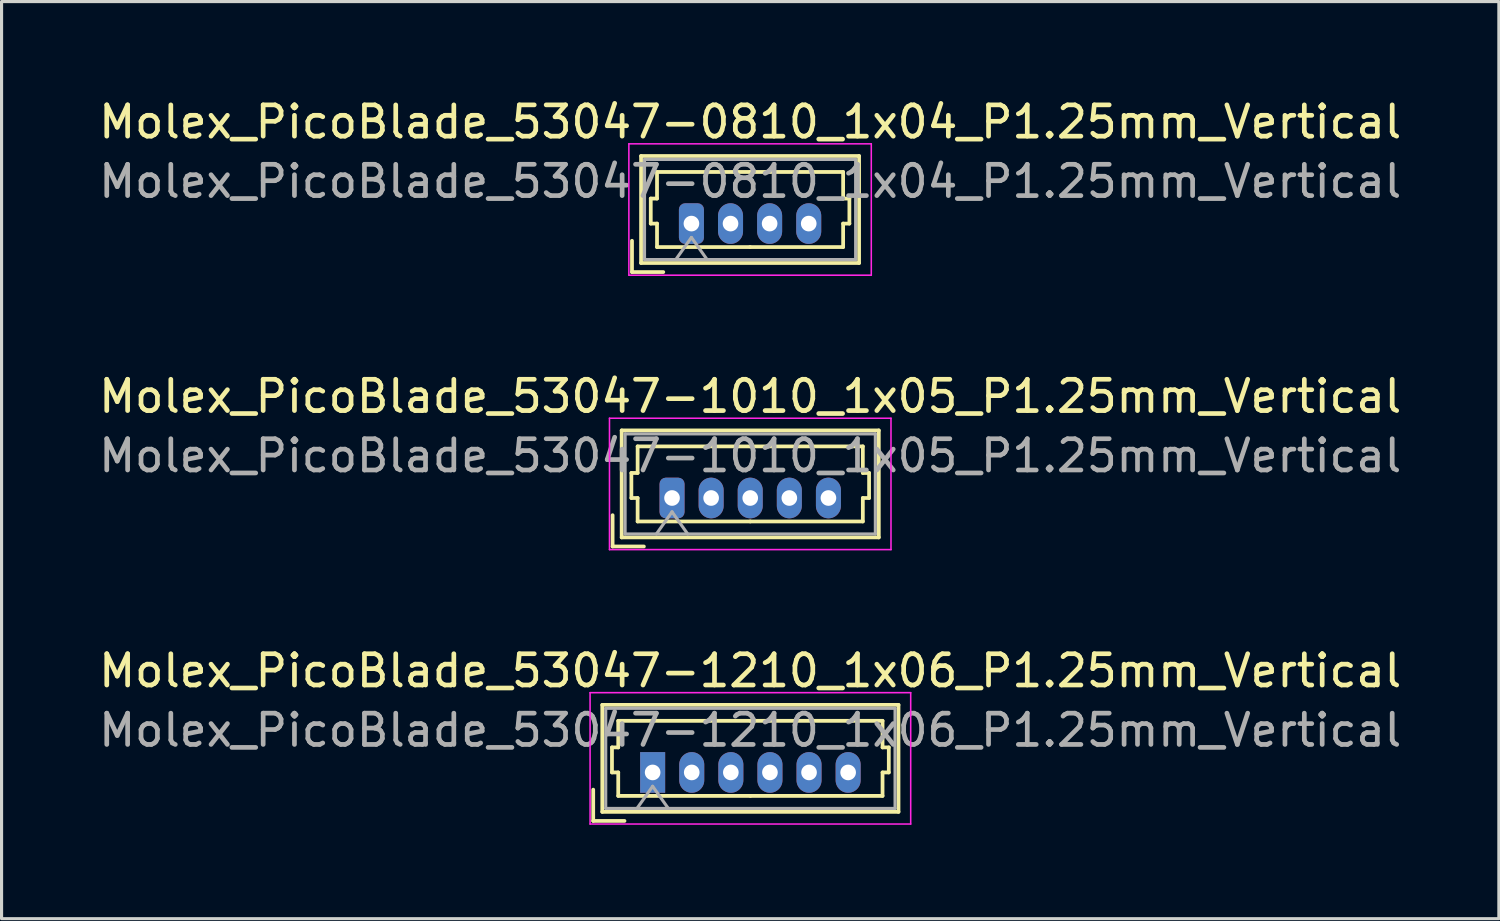
<source format=kicad_pcb>
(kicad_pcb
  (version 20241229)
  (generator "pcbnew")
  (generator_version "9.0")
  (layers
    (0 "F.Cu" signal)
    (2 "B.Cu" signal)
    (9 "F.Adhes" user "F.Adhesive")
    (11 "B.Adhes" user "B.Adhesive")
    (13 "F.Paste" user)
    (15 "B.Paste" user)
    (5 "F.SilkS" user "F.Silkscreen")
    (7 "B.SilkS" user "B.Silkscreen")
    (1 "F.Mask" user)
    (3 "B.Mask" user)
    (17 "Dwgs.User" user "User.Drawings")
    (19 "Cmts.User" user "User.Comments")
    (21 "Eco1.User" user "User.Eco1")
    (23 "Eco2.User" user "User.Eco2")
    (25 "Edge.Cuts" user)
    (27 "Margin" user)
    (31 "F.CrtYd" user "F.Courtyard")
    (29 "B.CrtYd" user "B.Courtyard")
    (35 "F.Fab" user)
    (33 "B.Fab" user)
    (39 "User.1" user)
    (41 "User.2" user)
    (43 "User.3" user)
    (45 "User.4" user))
  (footprint "Molex_PicoBlade_53047-1010_1x05_P1.25mm_Vertical"
    (layer "F.Cu")
    (at 18.435 12.871)
    (property "Reference" "Molex_PicoBlade_53047-1010_1x05_P1.25mm_Vertical" (at 2.5 -3.25 0) (layer "F.SilkS") (effects (font (size 1 1) (thickness 0.15))))
    (attr through_hole)
    (fp_line (start -1.9 1.55) (end -1.9 0.55) (stroke (width 0.12) (type solid)) (layer "F.SilkS"))
    (fp_line (start -1.9 1.55) (end -0.9 1.55) (stroke (width 0.12) (type solid)) (layer "F.SilkS"))
    (fp_line (start -1.61 -2.16) (end -1.61 1.26) (stroke (width 0.12) (type solid)) (layer "F.SilkS"))
    (fp_line (start -1.61 1.26) (end 6.61 1.26) (stroke (width 0.12) (type solid)) (layer "F.SilkS"))
    (fp_line (start -1.3 -0.8) (end -1.1 -0.8) (stroke (width 0.12) (type solid)) (layer "F.SilkS"))
    (fp_line (start -1.3 0) (end -1.3 -0.8) (stroke (width 0.12) (type solid)) (layer "F.SilkS"))
    (fp_line (start -1.1 -1.65) (end 2.5 -1.65) (stroke (width 0.12) (type solid)) (layer "F.SilkS"))
    (fp_line (start -1.1 -0.8) (end -1.1 -1.65) (stroke (width 0.12) (type solid)) (layer "F.SilkS"))
    (fp_line (start -1.1 0) (end -1.3 0) (stroke (width 0.12) (type solid)) (layer "F.SilkS"))
    (fp_line (start -1.1 0.75) (end -1.1 0) (stroke (width 0.12) (type solid)) (layer "F.SilkS"))
    (fp_line (start 2.5 0.75) (end -1.1 0.75) (stroke (width 0.12) (type solid)) (layer "F.SilkS"))
    (fp_line (start 2.5 0.75) (end 6.1 0.75) (stroke (width 0.12) (type solid)) (layer "F.SilkS"))
    (fp_line (start 6.1 -1.65) (end 2.5 -1.65) (stroke (width 0.12) (type solid)) (layer "F.SilkS"))
    (fp_line (start 6.1 -0.8) (end 6.1 -1.65) (stroke (width 0.12) (type solid)) (layer "F.SilkS"))
    (fp_line (start 6.1 0) (end 6.3 0) (stroke (width 0.12) (type solid)) (layer "F.SilkS"))
    (fp_line (start 6.1 0.75) (end 6.1 0) (stroke (width 0.12) (type solid)) (layer "F.SilkS"))
    (fp_line (start 6.3 -0.8) (end 6.1 -0.8) (stroke (width 0.12) (type solid)) (layer "F.SilkS"))
    (fp_line (start 6.3 0) (end 6.3 -0.8) (stroke (width 0.12) (type solid)) (layer "F.SilkS"))
    (fp_line (start 6.61 -2.16) (end -1.61 -2.16) (stroke (width 0.12) (type solid)) (layer "F.SilkS"))
    (fp_line (start 6.61 1.26) (end 6.61 -2.16) (stroke (width 0.12) (type solid)) (layer "F.SilkS"))
    (fp_line (start -2 -2.55) (end -2 1.65) (stroke (width 0.05) (type solid)) (layer "F.CrtYd"))
    (fp_line (start -2 1.65) (end 7 1.65) (stroke (width 0.05) (type solid)) (layer "F.CrtYd"))
    (fp_line (start 7 -2.55) (end -2 -2.55) (stroke (width 0.05) (type solid)) (layer "F.CrtYd"))
    (fp_line (start 7 1.65) (end 7 -2.55) (stroke (width 0.05) (type solid)) (layer "F.CrtYd"))
    (fp_line (start -1.5 -2.05) (end -1.5 1.15) (stroke (width 0.1) (type solid)) (layer "F.Fab"))
    (fp_line (start -1.5 1.15) (end 6.5 1.15) (stroke (width 0.1) (type solid)) (layer "F.Fab"))
    (fp_line (start -0.5 1.15) (end 0 0.443) (stroke (width 0.1) (type solid)) (layer "F.Fab"))
    (fp_line (start 0 0.443) (end 0.5 1.15) (stroke (width 0.1) (type solid)) (layer "F.Fab"))
    (fp_line (start 6.5 -2.05) (end -1.5 -2.05) (stroke (width 0.1) (type solid)) (layer "F.Fab"))
    (fp_line (start 6.5 1.15) (end 6.5 -2.05) (stroke (width 0.1) (type solid)) (layer "F.Fab"))
    (fp_text user "${REFERENCE}" (at 2.5 -1.35 0) (layer "F.Fab") (effects (font (size 1 1) (thickness 0.15))))
    (pad "1" thru_hole roundrect (at 0 0) (size 0.8 1.3) (drill 0.5) (layers "*.Cu" "*.Mask") (roundrect_rratio 0.25))
    (pad "2" thru_hole oval (at 1.25 0) (size 0.8 1.3) (drill 0.5) (layers "*.Cu" "*.Mask"))
    (pad "3" thru_hole oval (at 2.5 0) (size 0.8 1.3) (drill 0.5) (layers "*.Cu" "*.Mask"))
    (pad "4" thru_hole oval (at 3.75 0) (size 0.8 1.3) (drill 0.5) (layers "*.Cu" "*.Mask"))
    (pad "5" thru_hole oval (at 5 0) (size 0.8 1.3) (drill 0.5) (layers "*.Cu" "*.Mask")))
  (footprint "Molex_PicoBlade_53047-1210_1x06_P1.25mm_Vertical"
    (layer "F.Cu")
    (at 17.815 21.645)
    (property "Reference" "Molex_PicoBlade_53047-1210_1x06_P1.25mm_Vertical" (at 3.12 -3.25 0) (layer "F.SilkS") (effects (font (size 1 1) (thickness 0.15))))
    (attr through_hole)
    (fp_line (start -1.9 1.55) (end -1.9 0.55) (stroke (width 0.12) (type solid)) (layer "F.SilkS"))
    (fp_line (start -1.9 1.55) (end -0.9 1.55) (stroke (width 0.12) (type solid)) (layer "F.SilkS"))
    (fp_line (start -1.61 -2.16) (end -1.61 1.26) (stroke (width 0.12) (type solid)) (layer "F.SilkS"))
    (fp_line (start -1.61 1.26) (end 7.86 1.26) (stroke (width 0.12) (type solid)) (layer "F.SilkS"))
    (fp_line (start -1.3 -0.8) (end -1.1 -0.8) (stroke (width 0.12) (type solid)) (layer "F.SilkS"))
    (fp_line (start -1.3 0) (end -1.3 -0.8) (stroke (width 0.12) (type solid)) (layer "F.SilkS"))
    (fp_line (start -1.1 -1.65) (end 3.125 -1.65) (stroke (width 0.12) (type solid)) (layer "F.SilkS"))
    (fp_line (start -1.1 -0.8) (end -1.1 -1.65) (stroke (width 0.12) (type solid)) (layer "F.SilkS"))
    (fp_line (start -1.1 0) (end -1.3 0) (stroke (width 0.12) (type solid)) (layer "F.SilkS"))
    (fp_line (start -1.1 0.75) (end -1.1 0) (stroke (width 0.12) (type solid)) (layer "F.SilkS"))
    (fp_line (start 3.125 0.75) (end -1.1 0.75) (stroke (width 0.12) (type solid)) (layer "F.SilkS"))
    (fp_line (start 3.125 0.75) (end 7.35 0.75) (stroke (width 0.12) (type solid)) (layer "F.SilkS"))
    (fp_line (start 7.35 -1.65) (end 3.125 -1.65) (stroke (width 0.12) (type solid)) (layer "F.SilkS"))
    (fp_line (start 7.35 -0.8) (end 7.35 -1.65) (stroke (width 0.12) (type solid)) (layer "F.SilkS"))
    (fp_line (start 7.35 0) (end 7.55 0) (stroke (width 0.12) (type solid)) (layer "F.SilkS"))
    (fp_line (start 7.35 0.75) (end 7.35 0) (stroke (width 0.12) (type solid)) (layer "F.SilkS"))
    (fp_line (start 7.55 -0.8) (end 7.35 -0.8) (stroke (width 0.12) (type solid)) (layer "F.SilkS"))
    (fp_line (start 7.55 0) (end 7.55 -0.8) (stroke (width 0.12) (type solid)) (layer "F.SilkS"))
    (fp_line (start 7.86 -2.16) (end -1.61 -2.16) (stroke (width 0.12) (type solid)) (layer "F.SilkS"))
    (fp_line (start 7.86 1.26) (end 7.86 -2.16) (stroke (width 0.12) (type solid)) (layer "F.SilkS"))
    (fp_line (start -2 -2.55) (end -2 1.65) (stroke (width 0.05) (type solid)) (layer "F.CrtYd"))
    (fp_line (start -2 1.65) (end 8.25 1.65) (stroke (width 0.05) (type solid)) (layer "F.CrtYd"))
    (fp_line (start 8.25 -2.55) (end -2 -2.55) (stroke (width 0.05) (type solid)) (layer "F.CrtYd"))
    (fp_line (start 8.25 1.65) (end 8.25 -2.55) (stroke (width 0.05) (type solid)) (layer "F.CrtYd"))
    (fp_line (start -1.5 -2.05) (end -1.5 1.15) (stroke (width 0.1) (type solid)) (layer "F.Fab"))
    (fp_line (start -1.5 1.15) (end 7.75 1.15) (stroke (width 0.1) (type solid)) (layer "F.Fab"))
    (fp_line (start -0.5 1.15) (end 0 0.443) (stroke (width 0.1) (type solid)) (layer "F.Fab"))
    (fp_line (start 0 0.443) (end 0.5 1.15) (stroke (width 0.1) (type solid)) (layer "F.Fab"))
    (fp_line (start 7.75 -2.05) (end -1.5 -2.05) (stroke (width 0.1) (type solid)) (layer "F.Fab"))
    (fp_line (start 7.75 1.15) (end 7.75 -2.05) (stroke (width 0.1) (type solid)) (layer "F.Fab"))
    (fp_text user "${REFERENCE}" (at 3.12 -1.35 0) (layer "F.Fab") (effects (font (size 1 1) (thickness 0.15))))
    (pad "1" thru_hole rect (at 0 0) (size 0.8 1.3) (drill 0.5) (layers "*.Cu" "*.Mask"))
    (pad "2" thru_hole oval (at 1.25 0) (size 0.8 1.3) (drill 0.5) (layers "*.Cu" "*.Mask"))
    (pad "3" thru_hole oval (at 2.5 0) (size 0.8 1.3) (drill 0.5) (layers "*.Cu" "*.Mask"))
    (pad "4" thru_hole oval (at 3.75 0) (size 0.8 1.3) (drill 0.5) (layers "*.Cu" "*.Mask"))
    (pad "5" thru_hole oval (at 5 0) (size 0.8 1.3) (drill 0.5) (layers "*.Cu" "*.Mask"))
    (pad "6" thru_hole oval (at 6.25 0) (size 0.8 1.3) (drill 0.5) (layers "*.Cu" "*.Mask")))
  (footprint "Molex_PicoBlade_53047-0810_1x04_P1.25mm_Vertical"
    (layer "F.Cu")
    (at 19.055 4.098)
    (property "Reference" "Molex_PicoBlade_53047-0810_1x04_P1.25mm_Vertical" (at 1.88 -3.25 0) (layer "F.SilkS") (effects (font (size 1 1) (thickness 0.15))))
    (attr through_hole)
    (fp_line (start -1.9 1.55) (end -1.9 0.55) (stroke (width 0.12) (type solid)) (layer "F.SilkS"))
    (fp_line (start -1.9 1.55) (end -0.9 1.55) (stroke (width 0.12) (type solid)) (layer "F.SilkS"))
    (fp_line (start -1.61 -2.16) (end -1.61 1.26) (stroke (width 0.12) (type solid)) (layer "F.SilkS"))
    (fp_line (start -1.61 1.26) (end 5.36 1.26) (stroke (width 0.12) (type solid)) (layer "F.SilkS"))
    (fp_line (start -1.3 -0.8) (end -1.1 -0.8) (stroke (width 0.12) (type solid)) (layer "F.SilkS"))
    (fp_line (start -1.3 0) (end -1.3 -0.8) (stroke (width 0.12) (type solid)) (layer "F.SilkS"))
    (fp_line (start -1.1 -1.65) (end 1.875 -1.65) (stroke (width 0.12) (type solid)) (layer "F.SilkS"))
    (fp_line (start -1.1 -0.8) (end -1.1 -1.65) (stroke (width 0.12) (type solid)) (layer "F.SilkS"))
    (fp_line (start -1.1 0) (end -1.3 0) (stroke (width 0.12) (type solid)) (layer "F.SilkS"))
    (fp_line (start -1.1 0.75) (end -1.1 0) (stroke (width 0.12) (type solid)) (layer "F.SilkS"))
    (fp_line (start 1.875 0.75) (end -1.1 0.75) (stroke (width 0.12) (type solid)) (layer "F.SilkS"))
    (fp_line (start 1.875 0.75) (end 4.85 0.75) (stroke (width 0.12) (type solid)) (layer "F.SilkS"))
    (fp_line (start 4.85 -1.65) (end 1.875 -1.65) (stroke (width 0.12) (type solid)) (layer "F.SilkS"))
    (fp_line (start 4.85 -0.8) (end 4.85 -1.65) (stroke (width 0.12) (type solid)) (layer "F.SilkS"))
    (fp_line (start 4.85 0) (end 5.05 0) (stroke (width 0.12) (type solid)) (layer "F.SilkS"))
    (fp_line (start 4.85 0.75) (end 4.85 0) (stroke (width 0.12) (type solid)) (layer "F.SilkS"))
    (fp_line (start 5.05 -0.8) (end 4.85 -0.8) (stroke (width 0.12) (type solid)) (layer "F.SilkS"))
    (fp_line (start 5.05 0) (end 5.05 -0.8) (stroke (width 0.12) (type solid)) (layer "F.SilkS"))
    (fp_line (start 5.36 -2.16) (end -1.61 -2.16) (stroke (width 0.12) (type solid)) (layer "F.SilkS"))
    (fp_line (start 5.36 1.26) (end 5.36 -2.16) (stroke (width 0.12) (type solid)) (layer "F.SilkS"))
    (fp_line (start -2 -2.55) (end -2 1.65) (stroke (width 0.05) (type solid)) (layer "F.CrtYd"))
    (fp_line (start -2 1.65) (end 5.75 1.65) (stroke (width 0.05) (type solid)) (layer "F.CrtYd"))
    (fp_line (start 5.75 -2.55) (end -2 -2.55) (stroke (width 0.05) (type solid)) (layer "F.CrtYd"))
    (fp_line (start 5.75 1.65) (end 5.75 -2.55) (stroke (width 0.05) (type solid)) (layer "F.CrtYd"))
    (fp_line (start -1.5 -2.05) (end -1.5 1.15) (stroke (width 0.1) (type solid)) (layer "F.Fab"))
    (fp_line (start -1.5 1.15) (end 5.25 1.15) (stroke (width 0.1) (type solid)) (layer "F.Fab"))
    (fp_line (start -0.5 1.15) (end 0 0.443) (stroke (width 0.1) (type solid)) (layer "F.Fab"))
    (fp_line (start 0 0.443) (end 0.5 1.15) (stroke (width 0.1) (type solid)) (layer "F.Fab"))
    (fp_line (start 5.25 -2.05) (end -1.5 -2.05) (stroke (width 0.1) (type solid)) (layer "F.Fab"))
    (fp_line (start 5.25 1.15) (end 5.25 -2.05) (stroke (width 0.1) (type solid)) (layer "F.Fab"))
    (fp_text user "${REFERENCE}" (at 1.88 -1.35 0) (layer "F.Fab") (effects (font (size 1 1) (thickness 0.15))))
    (pad "1" thru_hole roundrect (at 0 0) (size 0.8 1.3) (drill 0.5) (layers "*.Cu" "*.Mask") (roundrect_rratio 0.25))
    (pad "2" thru_hole oval (at 1.25 0) (size 0.8 1.3) (drill 0.5) (layers "*.Cu" "*.Mask"))
    (pad "3" thru_hole oval (at 2.5 0) (size 0.8 1.3) (drill 0.5) (layers "*.Cu" "*.Mask"))
    (pad "4" thru_hole oval (at 3.75 0) (size 0.8 1.3) (drill 0.5) (layers "*.Cu" "*.Mask")))
  (gr_rect
    (start -3 -3)
    (end 44.869 26.32)
    (stroke (width 0.1) (type default))
    (fill no)
    (layer "Edge.Cuts")))
</source>
